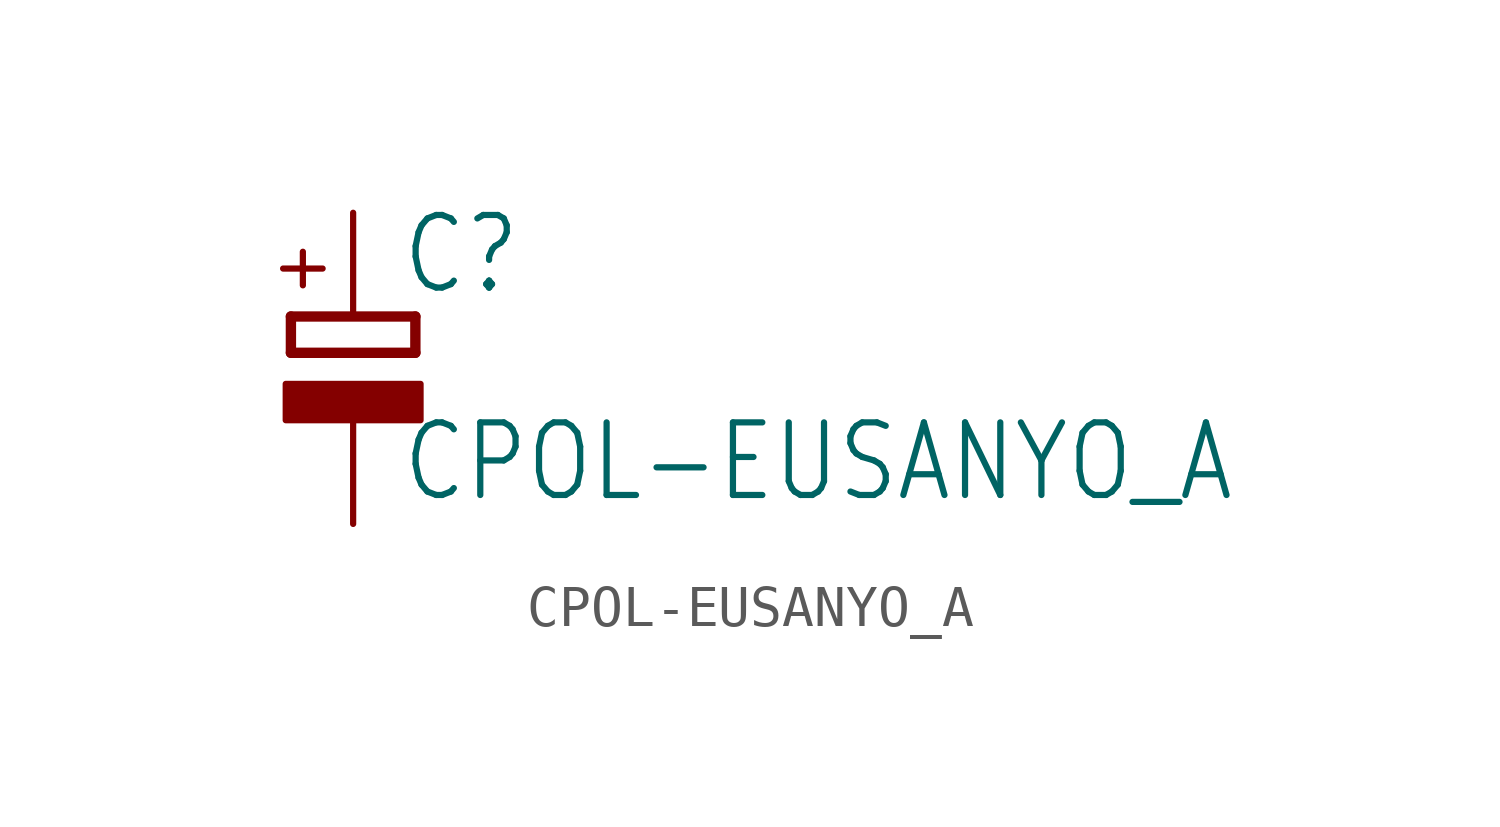
<source format=kicad_sym>
(kicad_symbol_lib
  (version 20211014)
  (generator kicad_symbol_editor)
  (symbol "CPOL-EUSANYO_A"
    (property "Reference" "C"
      (at 1.143 0.483 0)
      (effects (font (size 1.778 1.511)) (justify left bottom)))
    (property "Value" "CPOL-EUSANYO_A"
      (at 1.143 -4.597 0)
      (effects (font (size 1.778 1.511)) (justify left bottom)))
    (property "ki_locked" ""
      (at 0 0 0)
      (effects (font (size 1.27 1.27))))
    (symbol "CPOL-EUSANYO_A_1_0"
      (rectangle (start -1.651 -2.54) (end 1.651 -1.651) (stroke (width 0) (type default) (color 0 0 0 0)) (fill (type outline)))
      (polyline (pts (xy -1.524 -0.889) (xy 1.524 -0.889)) (stroke (width 0.254) (type default) (color 0 0 0 0)) (fill (type none)))
      (polyline (pts (xy -1.524 0) (xy -1.524 -0.889)) (stroke (width 0.254) (type default) (color 0 0 0 0)) (fill (type none)))
      (polyline (pts (xy -1.524 0) (xy 1.524 0)) (stroke (width 0.254) (type default) (color 0 0 0 0)) (fill (type none)))
      (polyline (pts (xy 1.524 -0.889) (xy 1.524 0)) (stroke (width 0.254) (type default) (color 0 0 0 0)) (fill (type none)))
      (text "+" (at -0.584 0.406 900) (effects (font (size 1.27 1.079)) (justify left bottom)))
      (pin passive line (at 0 2.54 270) (length 2.54) (name "+" (effects (font (size 0 0)))) (number "+" (effects (font (size 0 0)))))
      (pin passive line (at 0 -5.08 90) (length 2.54) (name "-" (effects (font (size 0 0)))) (number "-" (effects (font (size 0 0))))))))
</source>
